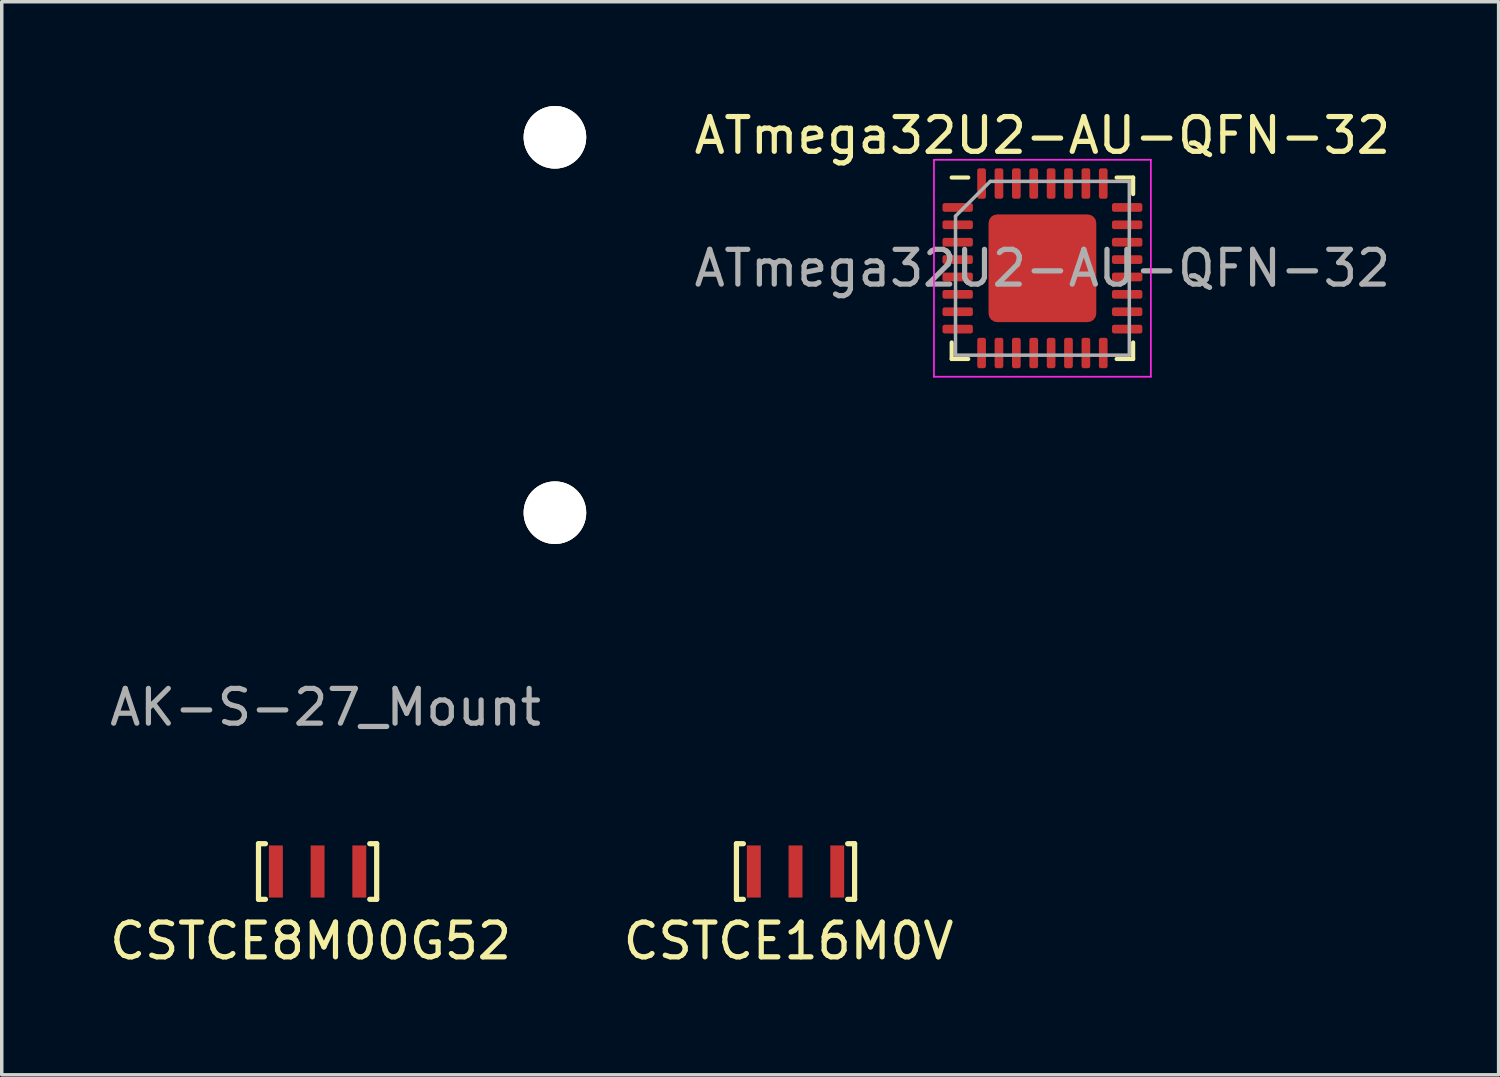
<source format=kicad_pcb>
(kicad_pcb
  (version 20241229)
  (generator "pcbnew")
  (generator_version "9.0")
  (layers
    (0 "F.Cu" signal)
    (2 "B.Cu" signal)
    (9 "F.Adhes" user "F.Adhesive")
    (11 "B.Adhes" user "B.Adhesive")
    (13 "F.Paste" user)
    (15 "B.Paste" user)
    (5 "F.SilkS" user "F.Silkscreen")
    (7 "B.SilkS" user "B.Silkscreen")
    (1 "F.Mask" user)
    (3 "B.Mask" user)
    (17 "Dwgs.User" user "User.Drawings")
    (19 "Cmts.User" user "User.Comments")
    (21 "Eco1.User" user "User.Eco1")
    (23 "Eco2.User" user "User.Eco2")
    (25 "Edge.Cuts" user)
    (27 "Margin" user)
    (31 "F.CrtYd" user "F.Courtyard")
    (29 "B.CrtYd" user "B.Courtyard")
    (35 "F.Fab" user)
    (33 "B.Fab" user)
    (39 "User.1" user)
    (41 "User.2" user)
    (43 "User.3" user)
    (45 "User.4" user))
  (footprint "CSTCE8M00G52"
    (layer "F.Cu")
    (at 4.887 22.023)
    (property "Reference" "CSTCE8M00G52" (at 1 2 0) (layer "F.SilkS") (effects (font (size 1 1) (thickness 0.15))))
    (attr through_hole)
    (fp_line (start -0.5 -0.8) (end -0.3 -0.8) (stroke (width 0.15) (type solid)) (layer "F.SilkS"))
    (fp_line (start -0.5 0.8) (end -0.5 -0.8) (stroke (width 0.15) (type solid)) (layer "F.SilkS"))
    (fp_line (start -0.3 0.8) (end -0.5 0.8) (stroke (width 0.15) (type solid)) (layer "F.SilkS"))
    (fp_line (start 2.7 -0.8) (end 2.9 -0.8) (stroke (width 0.15) (type solid)) (layer "F.SilkS"))
    (fp_line (start 2.9 -0.8) (end 2.9 0.8) (stroke (width 0.15) (type solid)) (layer "F.SilkS"))
    (fp_line (start 2.9 0.8) (end 2.7 0.8) (stroke (width 0.15) (type solid)) (layer "F.SilkS"))
    (pad "1" smd rect (at 0 0) (size 0.4 1.5) (layers "F.Cu" "F.Mask" "F.Paste"))
    (pad "2" smd rect (at 1.2 0) (size 0.4 1.5) (layers "F.Cu" "F.Mask" "F.Paste"))
    (pad "3" smd rect (at 2.4 0) (size 0.4 1.5) (layers "F.Cu" "F.Mask" "F.Paste")))
  (footprint "ATmega32U2-AU-QFN-32"
    (layer "F.Cu")
    (at 26.94 4.668)
    (property "Reference" "ATmega32U2-AU-QFN-32" (at 0 -3.82 0) (layer "F.SilkS") (effects (font (size 1 1) (thickness 0.15))))
    (attr smd)
    (fp_line (start -2.61 2.61) (end -2.61 2.135) (stroke (width 0.12) (type solid)) (layer "F.SilkS"))
    (fp_line (start -2.135 -2.61) (end -2.61 -2.61) (stroke (width 0.12) (type solid)) (layer "F.SilkS"))
    (fp_line (start -2.135 2.61) (end -2.61 2.61) (stroke (width 0.12) (type solid)) (layer "F.SilkS"))
    (fp_line (start 2.135 -2.61) (end 2.61 -2.61) (stroke (width 0.12) (type solid)) (layer "F.SilkS"))
    (fp_line (start 2.135 2.61) (end 2.61 2.61) (stroke (width 0.12) (type solid)) (layer "F.SilkS"))
    (fp_line (start 2.61 -2.61) (end 2.61 -2.135) (stroke (width 0.12) (type solid)) (layer "F.SilkS"))
    (fp_line (start 2.61 2.61) (end 2.61 2.135) (stroke (width 0.12) (type solid)) (layer "F.SilkS"))
    (fp_line (start -3.12 -3.12) (end -3.12 3.12) (stroke (width 0.05) (type solid)) (layer "F.CrtYd"))
    (fp_line (start -3.12 3.12) (end 3.12 3.12) (stroke (width 0.05) (type solid)) (layer "F.CrtYd"))
    (fp_line (start 3.12 -3.12) (end -3.12 -3.12) (stroke (width 0.05) (type solid)) (layer "F.CrtYd"))
    (fp_line (start 3.12 3.12) (end 3.12 -3.12) (stroke (width 0.05) (type solid)) (layer "F.CrtYd"))
    (fp_line (start -2.5 -1.5) (end -1.5 -2.5) (stroke (width 0.1) (type solid)) (layer "F.Fab"))
    (fp_line (start -2.5 2.5) (end -2.5 -1.5) (stroke (width 0.1) (type solid)) (layer "F.Fab"))
    (fp_line (start -1.5 -2.5) (end 2.5 -2.5) (stroke (width 0.1) (type solid)) (layer "F.Fab"))
    (fp_line (start 2.5 -2.5) (end 2.5 2.5) (stroke (width 0.1) (type solid)) (layer "F.Fab"))
    (fp_line (start 2.5 2.5) (end -2.5 2.5) (stroke (width 0.1) (type solid)) (layer "F.Fab"))
    (fp_text user "${REFERENCE}" (at 0 0 0) (layer "F.Fab") (effects (font (size 1 1) (thickness 0.15))))
    (pad "" smd roundrect (at -1.03 -1.03) (size 0.83 0.83) (layers "F.Paste") (roundrect_rratio 0.25))
    (pad "" smd roundrect (at -1.03 0) (size 0.83 0.83) (layers "F.Paste") (roundrect_rratio 0.25))
    (pad "" smd roundrect (at -1.03 1.03) (size 0.83 0.83) (layers "F.Paste") (roundrect_rratio 0.25))
    (pad "" smd roundrect (at 0 -1.03) (size 0.83 0.83) (layers "F.Paste") (roundrect_rratio 0.25))
    (pad "" smd roundrect (at 0 0) (size 0.83 0.83) (layers "F.Paste") (roundrect_rratio 0.25))
    (pad "" smd roundrect (at 0 1.03) (size 0.83 0.83) (layers "F.Paste") (roundrect_rratio 0.25))
    (pad "" smd roundrect (at 1.03 -1.03) (size 0.83 0.83) (layers "F.Paste") (roundrect_rratio 0.25))
    (pad "" smd roundrect (at 1.03 0) (size 0.83 0.83) (layers "F.Paste") (roundrect_rratio 0.25))
    (pad "" smd roundrect (at 1.03 1.03) (size 0.83 0.83) (layers "F.Paste") (roundrect_rratio 0.25))
    (pad "1" smd roundrect (at -2.438 -1.75) (size 0.875 0.25) (layers "F.Cu" "F.Mask" "F.Paste") (roundrect_rratio 0.25))
    (pad "2" smd roundrect (at -2.438 -1.25) (size 0.875 0.25) (layers "F.Cu" "F.Mask" "F.Paste") (roundrect_rratio 0.25))
    (pad "3" smd roundrect (at -2.438 -0.75) (size 0.875 0.25) (layers "F.Cu" "F.Mask" "F.Paste") (roundrect_rratio 0.25))
    (pad "4" smd roundrect (at -2.438 -0.25) (size 0.875 0.25) (layers "F.Cu" "F.Mask" "F.Paste") (roundrect_rratio 0.25))
    (pad "5" smd roundrect (at -2.438 0.25) (size 0.875 0.25) (layers "F.Cu" "F.Mask" "F.Paste") (roundrect_rratio 0.25))
    (pad "6" smd roundrect (at -2.438 0.75) (size 0.875 0.25) (layers "F.Cu" "F.Mask" "F.Paste") (roundrect_rratio 0.25))
    (pad "7" smd roundrect (at -2.438 1.25) (size 0.875 0.25) (layers "F.Cu" "F.Mask" "F.Paste") (roundrect_rratio 0.25))
    (pad "8" smd roundrect (at -2.438 1.75) (size 0.875 0.25) (layers "F.Cu" "F.Mask" "F.Paste") (roundrect_rratio 0.25))
    (pad "9" smd roundrect (at -1.75 2.438) (size 0.25 0.875) (layers "F.Cu" "F.Mask" "F.Paste") (roundrect_rratio 0.25))
    (pad "10" smd roundrect (at -1.25 2.438) (size 0.25 0.875) (layers "F.Cu" "F.Mask" "F.Paste") (roundrect_rratio 0.25))
    (pad "11" smd roundrect (at -0.75 2.438) (size 0.25 0.875) (layers "F.Cu" "F.Mask" "F.Paste") (roundrect_rratio 0.25))
    (pad "12" smd roundrect (at -0.25 2.438) (size 0.25 0.875) (layers "F.Cu" "F.Mask" "F.Paste") (roundrect_rratio 0.25))
    (pad "13" smd roundrect (at 0.25 2.438) (size 0.25 0.875) (layers "F.Cu" "F.Mask" "F.Paste") (roundrect_rratio 0.25))
    (pad "14" smd roundrect (at 0.75 2.438) (size 0.25 0.875) (layers "F.Cu" "F.Mask" "F.Paste") (roundrect_rratio 0.25))
    (pad "15" smd roundrect (at 1.25 2.438) (size 0.25 0.875) (layers "F.Cu" "F.Mask" "F.Paste") (roundrect_rratio 0.25))
    (pad "16" smd roundrect (at 1.75 2.438) (size 0.25 0.875) (layers "F.Cu" "F.Mask" "F.Paste") (roundrect_rratio 0.25))
    (pad "17" smd roundrect (at 2.438 1.75) (size 0.875 0.25) (layers "F.Cu" "F.Mask" "F.Paste") (roundrect_rratio 0.25))
    (pad "18" smd roundrect (at 2.438 1.25) (size 0.875 0.25) (layers "F.Cu" "F.Mask" "F.Paste") (roundrect_rratio 0.25))
    (pad "19" smd roundrect (at 2.438 0.75) (size 0.875 0.25) (layers "F.Cu" "F.Mask" "F.Paste") (roundrect_rratio 0.25))
    (pad "20" smd roundrect (at 2.438 0.25) (size 0.875 0.25) (layers "F.Cu" "F.Mask" "F.Paste") (roundrect_rratio 0.25))
    (pad "21" smd roundrect (at 2.438 -0.25) (size 0.875 0.25) (layers "F.Cu" "F.Mask" "F.Paste") (roundrect_rratio 0.25))
    (pad "22" smd roundrect (at 2.438 -0.75) (size 0.875 0.25) (layers "F.Cu" "F.Mask" "F.Paste") (roundrect_rratio 0.25))
    (pad "23" smd roundrect (at 2.438 -1.25) (size 0.875 0.25) (layers "F.Cu" "F.Mask" "F.Paste") (roundrect_rratio 0.25))
    (pad "24" smd roundrect (at 2.438 -1.75) (size 0.875 0.25) (layers "F.Cu" "F.Mask" "F.Paste") (roundrect_rratio 0.25))
    (pad "25" smd roundrect (at 1.75 -2.438) (size 0.25 0.875) (layers "F.Cu" "F.Mask" "F.Paste") (roundrect_rratio 0.25))
    (pad "26" smd roundrect (at 1.25 -2.438) (size 0.25 0.875) (layers "F.Cu" "F.Mask" "F.Paste") (roundrect_rratio 0.25))
    (pad "27" smd roundrect (at 0.75 -2.438) (size 0.25 0.875) (layers "F.Cu" "F.Mask" "F.Paste") (roundrect_rratio 0.25))
    (pad "28" smd roundrect (at 0.25 -2.438) (size 0.25 0.875) (layers "F.Cu" "F.Mask" "F.Paste") (roundrect_rratio 0.25))
    (pad "29" smd roundrect (at -0.25 -2.438) (size 0.25 0.875) (layers "F.Cu" "F.Mask" "F.Paste") (roundrect_rratio 0.25))
    (pad "30" smd roundrect (at -0.75 -2.438) (size 0.25 0.875) (layers "F.Cu" "F.Mask" "F.Paste") (roundrect_rratio 0.25))
    (pad "31" smd roundrect (at -1.25 -2.438) (size 0.25 0.875) (layers "F.Cu" "F.Mask" "F.Paste") (roundrect_rratio 0.25))
    (pad "32" smd roundrect (at -1.75 -2.438) (size 0.25 0.875) (layers "F.Cu" "F.Mask" "F.Paste") (roundrect_rratio 0.25))
    (pad "33" smd roundrect (at 0 0) (size 3.1 3.1) (layers "F.Cu" "F.Mask") (roundrect_rratio 0.081)))
  (footprint "CSTCE16M0V"
    (layer "F.Cu")
    (at 18.637 22.023)
    (property "Reference" "CSTCE16M0V" (at 1 2 0) (layer "F.SilkS") (effects (font (size 1 1) (thickness 0.15))))
    (attr through_hole)
    (fp_line (start -0.5 -0.8) (end -0.3 -0.8) (stroke (width 0.15) (type solid)) (layer "F.SilkS"))
    (fp_line (start -0.5 0.8) (end -0.5 -0.8) (stroke (width 0.15) (type solid)) (layer "F.SilkS"))
    (fp_line (start -0.3 0.8) (end -0.5 0.8) (stroke (width 0.15) (type solid)) (layer "F.SilkS"))
    (fp_line (start 2.7 -0.8) (end 2.9 -0.8) (stroke (width 0.15) (type solid)) (layer "F.SilkS"))
    (fp_line (start 2.9 -0.8) (end 2.9 0.8) (stroke (width 0.15) (type solid)) (layer "F.SilkS"))
    (fp_line (start 2.9 0.8) (end 2.7 0.8) (stroke (width 0.15) (type solid)) (layer "F.SilkS"))
    (pad "1" smd rect (at 0 0) (size 0.4 1.5) (layers "F.Cu" "F.Mask" "F.Paste"))
    (pad "2" smd rect (at 1.2 0) (size 0.4 1.5) (layers "F.Cu" "F.Mask" "F.Paste"))
    (pad "3" smd rect (at 2.4 0) (size 0.4 1.5) (layers "F.Cu" "F.Mask" "F.Paste")))
  (footprint "AK-S-27_Mount"
    (layer "F.Cu")
    (at 3.815 13.3)
    (property "Reference" "AK-S-27_Mount" (at 2.5 4 0) (layer "F.Fab") (effects (font (size 1 1) (thickness 0.15))))
    (attr through_hole)
    (pad "" thru_hole circle (at 9.1 -12.4) (size 1.8 1.8) (drill 1.8) (layers "*.Cu" "*.Mask" "F.SilkS"))
    (pad "" thru_hole circle (at 9.1 -1.6) (size 1.8 1.8) (drill 1.8) (layers "*.Cu" "*.Mask" "F.SilkS")))
  (gr_rect
    (start -3 -3)
    (end 40.065 27.872)
    (stroke (width 0.1) (type default))
    (fill no)
    (layer "Edge.Cuts")))
</source>
